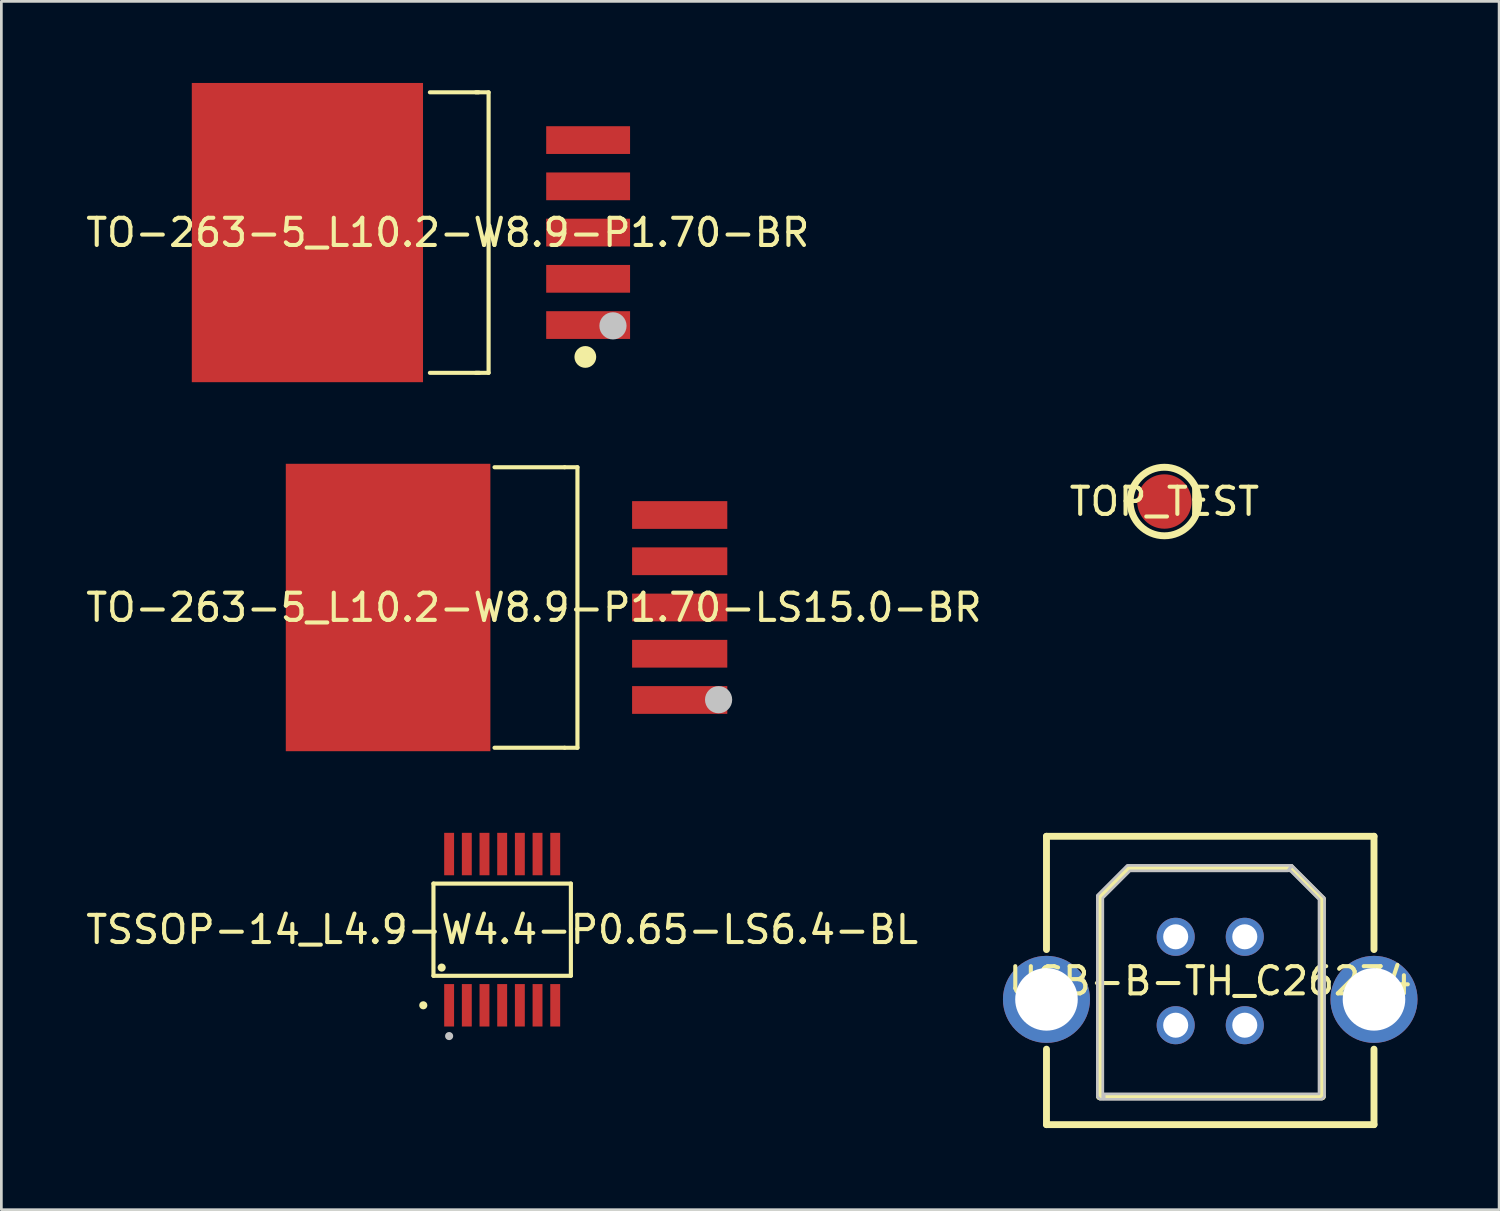
<source format=kicad_pcb>
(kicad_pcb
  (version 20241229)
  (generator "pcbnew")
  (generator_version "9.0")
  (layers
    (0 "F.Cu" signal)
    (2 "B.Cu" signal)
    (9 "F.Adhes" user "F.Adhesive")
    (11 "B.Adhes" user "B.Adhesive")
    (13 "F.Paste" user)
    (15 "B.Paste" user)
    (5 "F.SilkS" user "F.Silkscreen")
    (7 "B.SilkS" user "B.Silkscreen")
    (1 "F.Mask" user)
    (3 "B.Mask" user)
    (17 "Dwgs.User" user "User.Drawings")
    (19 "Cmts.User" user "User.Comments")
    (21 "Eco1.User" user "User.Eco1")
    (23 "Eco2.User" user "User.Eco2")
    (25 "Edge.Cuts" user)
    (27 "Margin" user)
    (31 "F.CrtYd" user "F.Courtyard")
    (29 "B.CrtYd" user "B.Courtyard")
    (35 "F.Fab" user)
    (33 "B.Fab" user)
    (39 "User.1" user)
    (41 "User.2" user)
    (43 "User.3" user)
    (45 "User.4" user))
  (footprint "USB-B-TH_C26234"
    (layer "F.Cu")
    (at 41.441 33.014)
    (property "Reference" "USB-B-TH_C26234" (at 0 0 0) (unlocked yes) (layer "F.SilkS") (effects (font (size 1 1) (thickness 0.15))))
    (fp_line (start -6.02 -5.32) (end 6.02 -5.32) (stroke (width 0.254) (type default)) (layer "F.SilkS"))
    (fp_line (start -6.02 -1.157) (end -6.02 -5.32) (stroke (width 0.254) (type default)) (layer "F.SilkS"))
    (fp_line (start -6.02 5.28) (end -6.02 2.506) (stroke (width 0.254) (type default)) (layer "F.SilkS"))
    (fp_line (start -4.064 -3.087) (end -2.997 -4.154) (stroke (width 0.254) (type default)) (layer "F.SilkS"))
    (fp_line (start -4.064 4.253) (end -4.064 -3.087) (stroke (width 0.254) (type default)) (layer "F.SilkS"))
    (fp_line (start -2.997 -4.154) (end 2.972 -4.154) (stroke (width 0.254) (type default)) (layer "F.SilkS"))
    (fp_line (start 2.972 -4.154) (end 4.115 -3.011) (stroke (width 0.254) (type default)) (layer "F.SilkS"))
    (fp_line (start 4.115 -3.011) (end 4.115 4.253) (stroke (width 0.254) (type default)) (layer "F.SilkS"))
    (fp_line (start 4.115 4.253) (end -4.064 4.253) (stroke (width 0.254) (type default)) (layer "F.SilkS"))
    (fp_line (start 6.02 -5.32) (end 6.02 -1.157) (stroke (width 0.254) (type default)) (layer "F.SilkS"))
    (fp_line (start 6.02 2.506) (end 6.02 5.28) (stroke (width 0.254) (type default)) (layer "F.SilkS"))
    (fp_line (start 6.02 5.28) (end -6.02 5.28) (stroke (width 0.254) (type default)) (layer "F.SilkS"))
    (fp_poly (pts (xy 3 -4.25) (xy -3.05 -4.25) (xy -4.15 -3.15) (xy -4.15 4.25) (xy -4.05 4.35) (xy -3.95 4.35) (xy -3.95 -3.05) (xy -2.95 -4.05) (xy 2.85 -4.05)) (stroke (width 0.1) (type default)) (fill no) (layer "Dwgs.User"))
    (fp_poly (pts (xy 2.9 -4.05) (xy 2.95 -4.05) (xy 4 -3) (xy 4 4.15) (xy -3.9 4.15) (xy -3.9 4.35) (xy 4.1 4.35) (xy 4.2 4.25) (xy 4.2 -3.05) (xy 3.05 -4.2) (xy 3 -4.25) (xy 2.9 -4.1)) (stroke (width 0.1) (type default)) (fill no) (layer "Dwgs.User"))
    (fp_poly (pts (xy -5.82 -0.225) (xy -5.82 1.575) (xy -6.22 1.575) (xy -6.22 -0.225)) (stroke (width 0.1) (type default)) (fill no) (layer "User.1"))
    (fp_poly (pts (xy -0.946 -1.475) (xy -1.595 -1.475) (xy -1.595 -1.775) (xy -0.946 -1.775)) (stroke (width 0.1) (type default)) (fill no) (layer "User.1"))
    (fp_poly (pts (xy -0.946 1.775) (xy -1.595 1.775) (xy -1.595 1.475) (xy -0.946 1.475)) (stroke (width 0.1) (type default)) (fill no) (layer "User.1"))
    (fp_poly (pts (xy 1.595 -1.475) (xy 0.945 -1.475) (xy 0.945 -1.775) (xy 1.595 -1.775)) (stroke (width 0.1) (type default)) (fill no) (layer "User.1"))
    (fp_poly (pts (xy 1.595 1.775) (xy 0.945 1.775) (xy 0.945 1.475) (xy 1.595 1.475)) (stroke (width 0.1) (type default)) (fill no) (layer "User.1"))
    (fp_poly (pts (xy 6.22 -0.225) (xy 6.22 1.575) (xy 5.82 1.575) (xy 5.82 -0.225)) (stroke (width 0.1) (type default)) (fill no) (layer "User.1"))
    (fp_line (start -6.096 -5.266) (end 5.944 -5.266) (stroke (width 0.051) (type default)) (layer "User.2"))
    (fp_line (start -6.096 5.334) (end -6.096 -5.266) (stroke (width 0.051) (type default)) (layer "User.2"))
    (fp_line (start 5.944 -5.266) (end 5.944 5.334) (stroke (width 0.051) (type default)) (layer "User.2"))
    (fp_line (start 5.944 5.334) (end -6.096 5.334) (stroke (width 0.051) (type default)) (layer "User.2"))
    (fp_poly (pts (xy 6.28 -5.266) (xy 6.262 -5.308) (xy 6.22 -5.326) (xy 6.178 -5.308) (xy 6.16 -5.266) (xy 6.178 -5.224) (xy 6.22 -5.206) (xy 6.262 -5.224)) (stroke (width 0.1) (type default)) (fill no) (layer "User.3"))
    (pad "0" thru_hole circle (at -6.02 0.675 90) (size 3.2 3.2) (drill 2.3) (layers "*.Cu" "*.Mask"))
    (pad "0" thru_hole circle (at 6.02 0.675 90) (size 3.2 3.2) (drill 2.3) (layers "*.Cu" "*.Mask"))
    (pad "1" thru_hole circle (at 1.27 -1.625 180) (size 1.4 1.4) (drill 0.92) (layers "*.Cu" "*.Mask"))
    (pad "2" thru_hole circle (at -1.27 -1.625 180) (size 1.4 1.4) (drill 0.92) (layers "*.Cu" "*.Mask"))
    (pad "3" thru_hole circle (at -1.27 1.625 180) (size 1.4 1.4) (drill 0.92) (layers "*.Cu" "*.Mask"))
    (pad "4" thru_hole circle (at 1.27 1.625 180) (size 1.4 1.4) (drill 0.92) (layers "*.Cu" "*.Mask")))
  (footprint "TOP_TEST"
    (layer "F.Cu")
    (at 39.756 15.387)
    (property "Reference" "TOP_TEST" (at 0 0 0) (unlocked yes) (layer "F.SilkS") (effects (font (size 1 1) (thickness 0.15))))
    (fp_circle (center 0 0) (end 1.26 0) (stroke (width 0.254) (type default)) (fill no) (layer "F.SilkS"))
    (pad "1" smd circle (at 0 0) (size 2 2) (layers "F.Cu" "F.Mask" "F.Paste")))
  (footprint "TSSOP-14_L4.9-W4.4-P0.65-LS6.4-BL"
    (layer "F.Cu")
    (at 15.411 31.127)
    (property "Reference" "TSSOP-14_L4.9-W4.4-P0.65-LS6.4-BL" (at 0 0 0) (unlocked yes) (layer "F.SilkS") (effects (font (size 1 1) (thickness 0.15))))
    (fp_line (start -2.526 -1.695) (end 2.526 -1.695) (stroke (width 0.152) (type default)) (layer "F.SilkS"))
    (fp_line (start -2.526 1.695) (end -2.526 -1.695) (stroke (width 0.152) (type default)) (layer "F.SilkS"))
    (fp_line (start 2.526 -1.695) (end 2.526 1.695) (stroke (width 0.152) (type default)) (layer "F.SilkS"))
    (fp_line (start 2.526 1.695) (end -2.526 1.695) (stroke (width 0.152) (type default)) (layer "F.SilkS"))
    (fp_circle (center -2.9 2.78) (end -2.825 2.78) (stroke (width 0.15) (type default)) (fill no) (layer "F.SilkS"))
    (fp_circle (center -2.224 1.393) (end -2.149 1.393) (stroke (width 0.15) (type default)) (fill no) (layer "F.SilkS"))
    (fp_circle (center -1.95 3.911) (end -1.875 3.911) (stroke (width 0.15) (type default)) (fill no) (layer "Dwgs.User"))
    (fp_poly (pts (xy -1.8 -3.2) (xy -1.8 -2.6) (xy -2.1 -2.6) (xy -2.1 -3.2)) (stroke (width 0.1) (type default)) (fill no) (layer "User.1"))
    (fp_poly (pts (xy -1.8 -2.61) (xy -1.8 -2.19) (xy -2.1 -2.19) (xy -2.1 -2.61)) (stroke (width 0.1) (type default)) (fill no) (layer "User.1"))
    (fp_poly (pts (xy -1.8 2.61) (xy -1.8 2.19) (xy -2.1 2.19) (xy -2.1 2.61)) (stroke (width 0.1) (type default)) (fill no) (layer "User.1"))
    (fp_poly (pts (xy -1.8 3.2) (xy -1.8 2.6) (xy -2.1 2.6) (xy -2.1 3.2)) (stroke (width 0.1) (type default)) (fill no) (layer "User.1"))
    (fp_poly (pts (xy -1.15 -3.2) (xy -1.15 -2.6) (xy -1.45 -2.6) (xy -1.45 -3.2)) (stroke (width 0.1) (type default)) (fill no) (layer "User.1"))
    (fp_poly (pts (xy -1.15 -2.61) (xy -1.15 -2.19) (xy -1.45 -2.19) (xy -1.45 -2.61)) (stroke (width 0.1) (type default)) (fill no) (layer "User.1"))
    (fp_poly (pts (xy -1.15 2.61) (xy -1.15 2.19) (xy -1.45 2.19) (xy -1.45 2.61)) (stroke (width 0.1) (type default)) (fill no) (layer "User.1"))
    (fp_poly (pts (xy -1.15 3.2) (xy -1.15 2.6) (xy -1.45 2.6) (xy -1.45 3.2)) (stroke (width 0.1) (type default)) (fill no) (layer "User.1"))
    (fp_poly (pts (xy -0.5 -3.2) (xy -0.5 -2.6) (xy -0.8 -2.6) (xy -0.8 -3.2)) (stroke (width 0.1) (type default)) (fill no) (layer "User.1"))
    (fp_poly (pts (xy -0.5 -2.61) (xy -0.5 -2.19) (xy -0.8 -2.19) (xy -0.8 -2.61)) (stroke (width 0.1) (type default)) (fill no) (layer "User.1"))
    (fp_poly (pts (xy -0.5 2.61) (xy -0.5 2.19) (xy -0.8 2.19) (xy -0.8 2.61)) (stroke (width 0.1) (type default)) (fill no) (layer "User.1"))
    (fp_poly (pts (xy -0.5 3.2) (xy -0.5 2.6) (xy -0.8 2.6) (xy -0.8 3.2)) (stroke (width 0.1) (type default)) (fill no) (layer "User.1"))
    (fp_poly (pts (xy 0.15 -3.2) (xy 0.15 -2.6) (xy -0.15 -2.6) (xy -0.15 -3.2)) (stroke (width 0.1) (type default)) (fill no) (layer "User.1"))
    (fp_poly (pts (xy 0.15 -2.61) (xy 0.15 -2.19) (xy -0.15 -2.19) (xy -0.15 -2.61)) (stroke (width 0.1) (type default)) (fill no) (layer "User.1"))
    (fp_poly (pts (xy 0.15 2.61) (xy 0.15 2.19) (xy -0.15 2.19) (xy -0.15 2.61)) (stroke (width 0.1) (type default)) (fill no) (layer "User.1"))
    (fp_poly (pts (xy 0.15 3.2) (xy 0.15 2.6) (xy -0.15 2.6) (xy -0.15 3.2)) (stroke (width 0.1) (type default)) (fill no) (layer "User.1"))
    (fp_poly (pts (xy 0.8 -3.2) (xy 0.8 -2.6) (xy 0.5 -2.6) (xy 0.5 -3.2)) (stroke (width 0.1) (type default)) (fill no) (layer "User.1"))
    (fp_poly (pts (xy 0.8 -2.61) (xy 0.8 -2.19) (xy 0.5 -2.19) (xy 0.5 -2.61)) (stroke (width 0.1) (type default)) (fill no) (layer "User.1"))
    (fp_poly (pts (xy 0.8 2.61) (xy 0.8 2.19) (xy 0.5 2.19) (xy 0.5 2.61)) (stroke (width 0.1) (type default)) (fill no) (layer "User.1"))
    (fp_poly (pts (xy 0.8 3.2) (xy 0.8 2.6) (xy 0.5 2.6) (xy 0.5 3.2)) (stroke (width 0.1) (type default)) (fill no) (layer "User.1"))
    (fp_poly (pts (xy 1.45 -3.2) (xy 1.45 -2.6) (xy 1.15 -2.6) (xy 1.15 -3.2)) (stroke (width 0.1) (type default)) (fill no) (layer "User.1"))
    (fp_poly (pts (xy 1.45 -2.61) (xy 1.45 -2.19) (xy 1.15 -2.19) (xy 1.15 -2.61)) (stroke (width 0.1) (type default)) (fill no) (layer "User.1"))
    (fp_poly (pts (xy 1.45 2.61) (xy 1.45 2.19) (xy 1.15 2.19) (xy 1.15 2.61)) (stroke (width 0.1) (type default)) (fill no) (layer "User.1"))
    (fp_poly (pts (xy 1.45 3.2) (xy 1.45 2.6) (xy 1.15 2.6) (xy 1.15 3.2)) (stroke (width 0.1) (type default)) (fill no) (layer "User.1"))
    (fp_poly (pts (xy 2.1 -3.2) (xy 2.1 -2.6) (xy 1.8 -2.6) (xy 1.8 -3.2)) (stroke (width 0.1) (type default)) (fill no) (layer "User.1"))
    (fp_poly (pts (xy 2.1 -2.61) (xy 2.1 -2.19) (xy 1.8 -2.19) (xy 1.8 -2.61)) (stroke (width 0.1) (type default)) (fill no) (layer "User.1"))
    (fp_poly (pts (xy 2.1 2.61) (xy 2.1 2.19) (xy 1.8 2.19) (xy 1.8 2.61)) (stroke (width 0.1) (type default)) (fill no) (layer "User.1"))
    (fp_poly (pts (xy 2.1 3.2) (xy 2.1 2.6) (xy 1.8 2.6) (xy 1.8 3.2)) (stroke (width 0.1) (type default)) (fill no) (layer "User.1"))
    (fp_line (start -2.45 -2.2) (end -2.45 2.2) (stroke (width 0.051) (type default)) (layer "User.2"))
    (fp_line (start -2.45 2.2) (end 2.45 2.2) (stroke (width 0.051) (type default)) (layer "User.2"))
    (fp_line (start 2.45 -2.2) (end -2.45 -2.2) (stroke (width 0.051) (type default)) (layer "User.2"))
    (fp_line (start 2.45 2.2) (end 2.45 -2.2) (stroke (width 0.051) (type default)) (layer "User.2"))
    (fp_poly (pts (xy -2.39 3.2) (xy -2.408 3.158) (xy -2.45 3.14) (xy -2.492 3.158) (xy -2.51 3.2) (xy -2.492 3.242) (xy -2.45 3.26) (xy -2.408 3.242)) (stroke (width 0.1) (type default)) (fill no) (layer "User.3"))
    (pad "1" smd rect (at -1.95 2.78) (size 0.364 1.56) (layers "F.Cu" "F.Mask" "F.Paste"))
    (pad "2" smd rect (at -1.3 2.78) (size 0.364 1.56) (layers "F.Cu" "F.Mask" "F.Paste"))
    (pad "3" smd rect (at -0.65 2.78) (size 0.364 1.56) (layers "F.Cu" "F.Mask" "F.Paste"))
    (pad "4" smd rect (at 0 2.78) (size 0.364 1.56) (layers "F.Cu" "F.Mask" "F.Paste"))
    (pad "5" smd rect (at 0.65 2.78) (size 0.364 1.56) (layers "F.Cu" "F.Mask" "F.Paste"))
    (pad "6" smd rect (at 1.3 2.78) (size 0.364 1.56) (layers "F.Cu" "F.Mask" "F.Paste"))
    (pad "7" smd rect (at 1.95 2.78) (size 0.364 1.56) (layers "F.Cu" "F.Mask" "F.Paste"))
    (pad "8" smd rect (at 1.95 -2.78) (size 0.364 1.56) (layers "F.Cu" "F.Mask" "F.Paste"))
    (pad "9" smd rect (at 1.3 -2.78) (size 0.364 1.56) (layers "F.Cu" "F.Mask" "F.Paste"))
    (pad "10" smd rect (at 0.65 -2.78) (size 0.364 1.56) (layers "F.Cu" "F.Mask" "F.Paste"))
    (pad "11" smd rect (at 0 -2.78) (size 0.364 1.56) (layers "F.Cu" "F.Mask" "F.Paste"))
    (pad "12" smd rect (at -0.65 -2.78) (size 0.364 1.56) (layers "F.Cu" "F.Mask" "F.Paste"))
    (pad "13" smd rect (at -1.3 -2.78) (size 0.364 1.56) (layers "F.Cu" "F.Mask" "F.Paste"))
    (pad "14" smd rect (at -1.95 -2.78) (size 0.364 1.56) (layers "F.Cu" "F.Mask" "F.Paste")))
  (footprint "TO-263-5_L10.2-W8.9-P1.70-BR"
    (layer "F.Cu")
    (at 13.411 5.5)
    (property "Reference" "TO-263-5_L10.2-W8.9-P1.70-BR" (at 0 0 0) (unlocked yes) (layer "F.SilkS") (effects (font (size 1 1) (thickness 0.15))))
    (fp_line (start 1.032 -5.156) (end 1.501 -5.156) (stroke (width 0.15) (type default)) (layer "F.SilkS"))
    (fp_line (start 1.032 5.156) (end 1.501 5.156) (stroke (width 0.15) (type default)) (layer "F.SilkS"))
    (fp_line (start 1.131 -5.156) (end -0.658 -5.156) (stroke (width 0.15) (type default)) (layer "F.SilkS"))
    (fp_line (start 1.155 5.156) (end -0.658 5.156) (stroke (width 0.15) (type default)) (layer "F.SilkS"))
    (fp_line (start 1.501 5.156) (end 1.501 -5.156) (stroke (width 0.152) (type default)) (layer "F.SilkS"))
    (fp_circle (center 5.057 4.572) (end 5.257 4.572) (stroke (width 0.4) (type default)) (fill no) (layer "F.SilkS"))
    (fp_circle (center 6.073 3.429) (end 6.323 3.429) (stroke (width 0.5) (type default)) (fill no) (layer "Dwgs.User"))
    (fp_poly (pts (xy 3.955 -3.82) (xy 5.936 -3.82) (xy 5.936 -2.98) (xy 3.955 -2.98)) (stroke (width 0.1) (type default)) (fill no) (layer "User.1"))
    (fp_poly (pts (xy 3.955 -2.12) (xy 5.936 -2.12) (xy 5.936 -1.28) (xy 3.955 -1.28)) (stroke (width 0.1) (type default)) (fill no) (layer "User.1"))
    (fp_poly (pts (xy 3.955 -0.42) (xy 5.936 -0.42) (xy 5.936 0.42) (xy 3.955 0.42)) (stroke (width 0.1) (type default)) (fill no) (layer "User.1"))
    (fp_poly (pts (xy 3.955 1.28) (xy 5.936 1.28) (xy 5.936 2.12) (xy 3.955 2.12)) (stroke (width 0.1) (type default)) (fill no) (layer "User.1"))
    (fp_poly (pts (xy 3.955 2.98) (xy 5.936 2.98) (xy 5.936 3.82) (xy 3.955 3.82)) (stroke (width 0.1) (type default)) (fill no) (layer "User.1"))
    (fp_poly (pts (xy 3.959 -3.82) (xy 3.959 -2.98) (xy 1.55 -2.98) (xy 1.55 -3.82)) (stroke (width 0.1) (type default)) (fill no) (layer "User.1"))
    (fp_poly (pts (xy 3.959 -2.12) (xy 3.959 -1.28) (xy 1.55 -1.28) (xy 1.55 -2.12)) (stroke (width 0.1) (type default)) (fill no) (layer "User.1"))
    (fp_poly (pts (xy 3.959 -0.42) (xy 3.959 0.42) (xy 1.55 0.42) (xy 1.55 -0.42)) (stroke (width 0.1) (type default)) (fill no) (layer "User.1"))
    (fp_poly (pts (xy 3.959 1.28) (xy 3.959 2.12) (xy 1.55 2.12) (xy 1.55 1.28)) (stroke (width 0.1) (type default)) (fill no) (layer "User.1"))
    (fp_poly (pts (xy 3.959 2.98) (xy 3.959 3.82) (xy 1.55 3.82) (xy 1.55 2.98)) (stroke (width 0.1) (type default)) (fill no) (layer "User.1"))
    (fp_poly (pts (xy -1.234 -5.08) (xy -1.234 5.08) (xy -7.398 5.08) (xy -8.414 4.064) (xy -8.414 -4.064) (xy -7.398 -5.08)) (stroke (width 0.1) (type default)) (fill no) (layer "User.1"))
    (fp_line (start -7.144 -5.08) (end 1.556 -5.08) (stroke (width 0.051) (type default)) (layer "User.2"))
    (fp_line (start -7.144 5.08) (end -7.144 -5.08) (stroke (width 0.051) (type default)) (layer "User.2"))
    (fp_line (start 1.556 -5.08) (end 1.556 5.08) (stroke (width 0.051) (type default)) (layer "User.2"))
    (fp_line (start 1.556 5.08) (end -7.144 5.08) (stroke (width 0.051) (type default)) (layer "User.2"))
    (fp_poly (pts (xy 5.995 5.08) (xy 5.978 5.038) (xy 5.936 5.02) (xy 5.893 5.038) (xy 5.875 5.08) (xy 5.893 5.122) (xy 5.936 5.14) (xy 5.978 5.122)) (stroke (width 0.1) (type default)) (fill no) (layer "User.3"))
    (pad "1" smd rect (at 5.16 3.4) (size 3.083 1.02) (layers "F.Cu" "F.Mask" "F.Paste"))
    (pad "2" smd rect (at 5.16 1.7) (size 3.083 1.02) (layers "F.Cu" "F.Mask" "F.Paste"))
    (pad "3" smd rect (at 5.16 0) (size 3.083 1.02) (layers "F.Cu" "F.Mask" "F.Paste"))
    (pad "4" smd rect (at 5.16 -1.7) (size 3.083 1.02) (layers "F.Cu" "F.Mask" "F.Paste"))
    (pad "5" smd rect (at 5.16 -3.4) (size 3.083 1.02) (layers "F.Cu" "F.Mask" "F.Paste"))
    (pad "6" smd rect (at -5.16 0) (size 8.5 11) (layers "F.Cu" "F.Mask" "F.Paste")))
  (footprint "TO-263-5_L10.2-W8.9-P1.70-LS15.0-BR"
    (layer "F.Cu")
    (at 16.577 19.283)
    (property "Reference" "TO-263-5_L10.2-W8.9-P1.70-LS15.0-BR" (at 0 0 0) (unlocked yes) (layer "F.SilkS") (effects (font (size 1 1) (thickness 0.15))))
    (fp_line (start -1.447 -5.156) (end 1.131 -5.156) (stroke (width 0.152) (type default)) (layer "F.SilkS"))
    (fp_line (start -1.447 5.156) (end 1.131 5.156) (stroke (width 0.152) (type default)) (layer "F.SilkS"))
    (fp_line (start 1.131 -5.156) (end 1.601 -5.156) (stroke (width 0.15) (type default)) (layer "F.SilkS"))
    (fp_line (start 1.131 5.156) (end 1.601 5.156) (stroke (width 0.15) (type default)) (layer "F.SilkS"))
    (fp_line (start 1.601 5.156) (end 1.601 -5.156) (stroke (width 0.152) (type default)) (layer "F.SilkS"))
    (fp_circle (center 6.79 3.39) (end 7.04 3.39) (stroke (width 0.5) (type default)) (fill no) (layer "Dwgs.User"))
    (fp_poly (pts (xy 4.06 -3.82) (xy 6.56 -3.82) (xy 6.56 -2.98) (xy 4.06 -2.98)) (stroke (width 0.1) (type default)) (fill no) (layer "User.1"))
    (fp_poly (pts (xy 4.06 -2.12) (xy 6.56 -2.12) (xy 6.56 -1.28) (xy 4.06 -1.28)) (stroke (width 0.1) (type default)) (fill no) (layer "User.1"))
    (fp_poly (pts (xy 4.06 -0.42) (xy 6.56 -0.42) (xy 6.56 0.42) (xy 4.06 0.42)) (stroke (width 0.1) (type default)) (fill no) (layer "User.1"))
    (fp_poly (pts (xy 4.06 1.28) (xy 6.56 1.28) (xy 6.56 2.12) (xy 4.06 2.12)) (stroke (width 0.1) (type default)) (fill no) (layer "User.1"))
    (fp_poly (pts (xy 4.06 2.98) (xy 6.56 2.98) (xy 6.56 3.82) (xy 4.06 3.82)) (stroke (width 0.1) (type default)) (fill no) (layer "User.1"))
    (fp_poly (pts (xy 4.11 -3.82) (xy 4.11 -2.98) (xy 1.65 -2.98) (xy 1.65 -3.82)) (stroke (width 0.1) (type default)) (fill no) (layer "User.1"))
    (fp_poly (pts (xy 4.11 -2.12) (xy 4.11 -1.28) (xy 1.65 -1.28) (xy 1.65 -2.12)) (stroke (width 0.1) (type default)) (fill no) (layer "User.1"))
    (fp_poly (pts (xy 4.11 -0.42) (xy 4.11 0.42) (xy 1.65 0.42) (xy 1.65 -0.42)) (stroke (width 0.1) (type default)) (fill no) (layer "User.1"))
    (fp_poly (pts (xy 4.11 1.28) (xy 4.11 2.12) (xy 1.65 2.12) (xy 1.65 1.28)) (stroke (width 0.1) (type default)) (fill no) (layer "User.1"))
    (fp_poly (pts (xy 4.11 2.98) (xy 4.11 3.82) (xy 1.65 3.82) (xy 1.65 2.98)) (stroke (width 0.1) (type default)) (fill no) (layer "User.1"))
    (fp_poly (pts (xy -1.264 -5.08) (xy -1.264 5.08) (xy -7.428 5.08) (xy -8.444 4.064) (xy -8.444 -4.064) (xy -7.428 -5.08)) (stroke (width 0.1) (type default)) (fill no) (layer "User.1"))
    (fp_line (start -7.044 -5.08) (end 1.655 -5.08) (stroke (width 0.051) (type default)) (layer "User.2"))
    (fp_line (start -7.044 5.08) (end -7.044 -5.08) (stroke (width 0.051) (type default)) (layer "User.2"))
    (fp_line (start 1.655 -5.08) (end 1.655 5.08) (stroke (width 0.051) (type default)) (layer "User.2"))
    (fp_line (start 1.655 5.08) (end -7.044 5.08) (stroke (width 0.051) (type default)) (layer "User.2"))
    (fp_poly (pts (xy 6.62 5.08) (xy 6.602 5.038) (xy 6.56 5.02) (xy 6.518 5.038) (xy 6.5 5.08) (xy 6.518 5.122) (xy 6.56 5.14) (xy 6.602 5.122)) (stroke (width 0.1) (type default)) (fill no) (layer "User.3"))
    (pad "1" smd rect (at 5.36 3.4) (size 3.5 1.02) (layers "F.Cu" "F.Mask" "F.Paste"))
    (pad "2" smd rect (at 5.36 1.7) (size 3.5 1.02) (layers "F.Cu" "F.Mask" "F.Paste"))
    (pad "3" smd rect (at 5.36 0) (size 3.5 1.02) (layers "F.Cu" "F.Mask" "F.Paste"))
    (pad "4" smd rect (at 5.36 -1.7) (size 3.5 1.02) (layers "F.Cu" "F.Mask" "F.Paste"))
    (pad "5" smd rect (at 5.36 -3.4) (size 3.5 1.02) (layers "F.Cu" "F.Mask" "F.Paste"))
    (pad "6" smd rect (at -5.36 0) (size 7.521 10.566) (layers "F.Cu" "F.Mask" "F.Paste")))
  (gr_rect
    (start -3 -3)
    (end 52.061 41.42)
    (stroke (width 0.1) (type default))
    (fill no)
    (layer "Edge.Cuts")))
</source>
